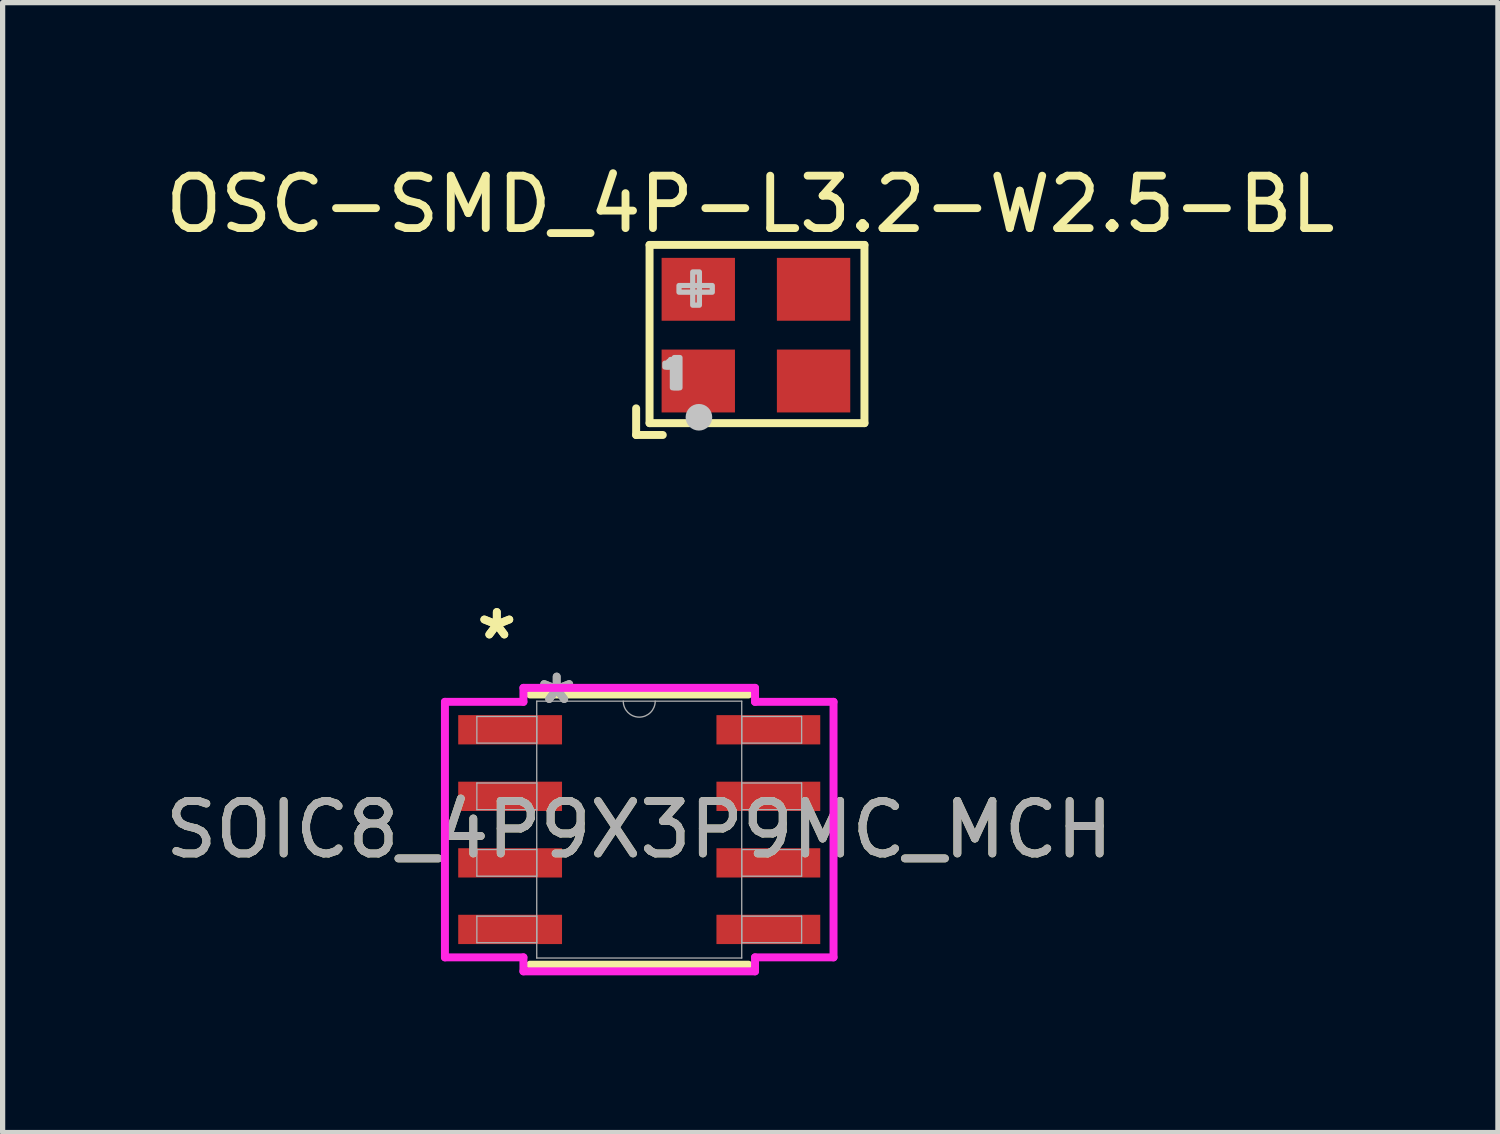
<source format=kicad_pcb>
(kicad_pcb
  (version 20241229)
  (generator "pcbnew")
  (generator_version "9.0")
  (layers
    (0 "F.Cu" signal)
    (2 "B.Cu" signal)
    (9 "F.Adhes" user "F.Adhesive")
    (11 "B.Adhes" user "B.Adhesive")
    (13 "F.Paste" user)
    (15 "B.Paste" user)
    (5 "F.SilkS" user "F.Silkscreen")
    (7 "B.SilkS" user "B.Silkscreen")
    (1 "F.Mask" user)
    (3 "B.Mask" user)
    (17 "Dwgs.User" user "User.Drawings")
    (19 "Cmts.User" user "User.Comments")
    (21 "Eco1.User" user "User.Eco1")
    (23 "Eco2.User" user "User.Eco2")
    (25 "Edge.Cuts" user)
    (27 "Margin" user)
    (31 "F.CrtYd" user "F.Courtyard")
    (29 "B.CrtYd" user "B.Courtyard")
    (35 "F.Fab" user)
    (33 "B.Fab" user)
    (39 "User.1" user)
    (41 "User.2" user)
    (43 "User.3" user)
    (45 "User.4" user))
  (footprint "SOIC8_4P9X3P9MC_MCH"
    (layer "F.Cu")
    (at 9.149 12.782)
    (property "Reference" "SOIC8_4P9X3P9MC_MCH" (at 0 0 0) (unlocked yes) (layer "F.SilkS") (effects (font (size 1 1) (thickness 0.15))))
    (attr smd)
    (fp_line (start -2.083 2.578) (end 2.083 2.578) (stroke (width 0.152) (type solid)) (layer "F.SilkS"))
    (fp_line (start 2.083 -2.578) (end -2.083 -2.578) (stroke (width 0.152) (type solid)) (layer "F.SilkS"))
    (fp_line (start -3.708 -2.438) (end -2.21 -2.438) (stroke (width 0.152) (type solid)) (layer "F.CrtYd"))
    (fp_line (start -3.708 2.438) (end -3.708 -2.438) (stroke (width 0.152) (type solid)) (layer "F.CrtYd"))
    (fp_line (start -3.708 2.438) (end -2.21 2.438) (stroke (width 0.152) (type solid)) (layer "F.CrtYd"))
    (fp_line (start -2.21 -2.705) (end 2.21 -2.705) (stroke (width 0.152) (type solid)) (layer "F.CrtYd"))
    (fp_line (start -2.21 -2.438) (end -2.21 -2.705) (stroke (width 0.152) (type solid)) (layer "F.CrtYd"))
    (fp_line (start -2.21 2.705) (end -2.21 2.438) (stroke (width 0.152) (type solid)) (layer "F.CrtYd"))
    (fp_line (start 2.21 -2.705) (end 2.21 -2.438) (stroke (width 0.152) (type solid)) (layer "F.CrtYd"))
    (fp_line (start 2.21 2.438) (end 2.21 2.705) (stroke (width 0.152) (type solid)) (layer "F.CrtYd"))
    (fp_line (start 2.21 2.705) (end -2.21 2.705) (stroke (width 0.152) (type solid)) (layer "F.CrtYd"))
    (fp_line (start 3.708 -2.438) (end 2.21 -2.438) (stroke (width 0.152) (type solid)) (layer "F.CrtYd"))
    (fp_line (start 3.708 -2.438) (end 3.708 2.438) (stroke (width 0.152) (type solid)) (layer "F.CrtYd"))
    (fp_line (start 3.708 2.438) (end 2.21 2.438) (stroke (width 0.152) (type solid)) (layer "F.CrtYd"))
    (fp_line (start -3.099 -2.159) (end -3.099 -1.651) (stroke (width 0.025) (type solid)) (layer "F.Fab"))
    (fp_line (start -3.099 -1.651) (end -1.956 -1.651) (stroke (width 0.025) (type solid)) (layer "F.Fab"))
    (fp_line (start -3.099 -0.889) (end -3.099 -0.381) (stroke (width 0.025) (type solid)) (layer "F.Fab"))
    (fp_line (start -3.099 -0.381) (end -1.956 -0.381) (stroke (width 0.025) (type solid)) (layer "F.Fab"))
    (fp_line (start -3.099 0.381) (end -3.099 0.889) (stroke (width 0.025) (type solid)) (layer "F.Fab"))
    (fp_line (start -3.099 0.889) (end -1.956 0.889) (stroke (width 0.025) (type solid)) (layer "F.Fab"))
    (fp_line (start -3.099 1.651) (end -3.099 2.159) (stroke (width 0.025) (type solid)) (layer "F.Fab"))
    (fp_line (start -3.099 2.159) (end -1.956 2.159) (stroke (width 0.025) (type solid)) (layer "F.Fab"))
    (fp_line (start -1.956 -2.451) (end -1.956 2.451) (stroke (width 0.025) (type solid)) (layer "F.Fab"))
    (fp_line (start -1.956 -2.159) (end -3.099 -2.159) (stroke (width 0.025) (type solid)) (layer "F.Fab"))
    (fp_line (start -1.956 -1.651) (end -1.956 -2.159) (stroke (width 0.025) (type solid)) (layer "F.Fab"))
    (fp_line (start -1.956 -0.889) (end -3.099 -0.889) (stroke (width 0.025) (type solid)) (layer "F.Fab"))
    (fp_line (start -1.956 -0.381) (end -1.956 -0.889) (stroke (width 0.025) (type solid)) (layer "F.Fab"))
    (fp_line (start -1.956 0.381) (end -3.099 0.381) (stroke (width 0.025) (type solid)) (layer "F.Fab"))
    (fp_line (start -1.956 0.889) (end -1.956 0.381) (stroke (width 0.025) (type solid)) (layer "F.Fab"))
    (fp_line (start -1.956 1.651) (end -3.099 1.651) (stroke (width 0.025) (type solid)) (layer "F.Fab"))
    (fp_line (start -1.956 2.159) (end -1.956 1.651) (stroke (width 0.025) (type solid)) (layer "F.Fab"))
    (fp_line (start -1.956 2.451) (end 1.956 2.451) (stroke (width 0.025) (type solid)) (layer "F.Fab"))
    (fp_line (start 1.956 -2.451) (end -1.956 -2.451) (stroke (width 0.025) (type solid)) (layer "F.Fab"))
    (fp_line (start 1.956 -2.159) (end 1.956 -1.651) (stroke (width 0.025) (type solid)) (layer "F.Fab"))
    (fp_line (start 1.956 -1.651) (end 3.099 -1.651) (stroke (width 0.025) (type solid)) (layer "F.Fab"))
    (fp_line (start 1.956 -0.889) (end 1.956 -0.381) (stroke (width 0.025) (type solid)) (layer "F.Fab"))
    (fp_line (start 1.956 -0.381) (end 3.099 -0.381) (stroke (width 0.025) (type solid)) (layer "F.Fab"))
    (fp_line (start 1.956 0.381) (end 1.956 0.889) (stroke (width 0.025) (type solid)) (layer "F.Fab"))
    (fp_line (start 1.956 0.889) (end 3.099 0.889) (stroke (width 0.025) (type solid)) (layer "F.Fab"))
    (fp_line (start 1.956 1.651) (end 1.956 2.159) (stroke (width 0.025) (type solid)) (layer "F.Fab"))
    (fp_line (start 1.956 2.159) (end 3.099 2.159) (stroke (width 0.025) (type solid)) (layer "F.Fab"))
    (fp_line (start 1.956 2.451) (end 1.956 -2.451) (stroke (width 0.025) (type solid)) (layer "F.Fab"))
    (fp_line (start 3.099 -2.159) (end 1.956 -2.159) (stroke (width 0.025) (type solid)) (layer "F.Fab"))
    (fp_line (start 3.099 -1.651) (end 3.099 -2.159) (stroke (width 0.025) (type solid)) (layer "F.Fab"))
    (fp_line (start 3.099 -0.889) (end 1.956 -0.889) (stroke (width 0.025) (type solid)) (layer "F.Fab"))
    (fp_line (start 3.099 -0.381) (end 3.099 -0.889) (stroke (width 0.025) (type solid)) (layer "F.Fab"))
    (fp_line (start 3.099 0.381) (end 1.956 0.381) (stroke (width 0.025) (type solid)) (layer "F.Fab"))
    (fp_line (start 3.099 0.889) (end 3.099 0.381) (stroke (width 0.025) (type solid)) (layer "F.Fab"))
    (fp_line (start 3.099 1.651) (end 1.956 1.651) (stroke (width 0.025) (type solid)) (layer "F.Fab"))
    (fp_line (start 3.099 2.159) (end 3.099 1.651) (stroke (width 0.025) (type solid)) (layer "F.Fab"))
    (fp_arc (start 0.3048 -2.4511) (mid 0 -2.1463) (end -0.3048 -2.4511) (stroke (width 0.0254) (type solid)) (layer "F.Fab"))
    (fp_text user "*" (at -2.718 -3.607 0) (layer "F.SilkS") (effects (font (size 1 1) (thickness 0.15))))
    (fp_text user "*" (at -2.718 -3.607 0) (unlocked yes) (layer "F.SilkS") (effects (font (size 1 1) (thickness 0.15))))
    (fp_text user "*" (at -1.575 -2.375 0) (unlocked yes) (layer "F.Fab") (effects (font (size 1 1) (thickness 0.15))))
    (fp_text user "${REFERENCE}" (at 0 0 0) (unlocked yes) (layer "F.Fab") (effects (font (size 1 1) (thickness 0.15))))
    (fp_text user "*" (at -1.575 -2.375 0) (layer "F.Fab") (effects (font (size 1 1) (thickness 0.15))))
    (pad "1" smd rect (at -2.464 -1.905) (size 1.981 0.559) (layers "F.Cu" "F.Mask" "F.Paste"))
    (pad "2" smd rect (at -2.464 -0.635) (size 1.981 0.559) (layers "F.Cu" "F.Mask" "F.Paste"))
    (pad "3" smd rect (at -2.464 0.635) (size 1.981 0.559) (layers "F.Cu" "F.Mask" "F.Paste"))
    (pad "4" smd rect (at -2.464 1.905) (size 1.981 0.559) (layers "F.Cu" "F.Mask" "F.Paste"))
    (pad "5" smd rect (at 2.464 1.905) (size 1.981 0.559) (layers "F.Cu" "F.Mask" "F.Paste"))
    (pad "6" smd rect (at 2.464 0.635) (size 1.981 0.559) (layers "F.Cu" "F.Mask" "F.Paste"))
    (pad "7" smd rect (at 2.464 -0.635) (size 1.981 0.559) (layers "F.Cu" "F.Mask" "F.Paste"))
    (pad "8" smd rect (at 2.464 -1.905) (size 1.981 0.559) (layers "F.Cu" "F.Mask" "F.Paste")))
  (footprint "OSC-SMD_4P-L3.2-W2.5-BL"
    (layer "F.Cu")
    (at 11.376 3.346)
    (property "Reference" "OSC-SMD_4P-L3.2-W2.5-BL" (at -0.108 -2.498 0) (layer "F.SilkS") (effects (font (size 1 1) (thickness 0.15))))
    (fp_line (start -2.286 1.397) (end -2.286 1.905) (stroke (width 0.152) (type default)) (layer "F.SilkS"))
    (fp_line (start -2.286 1.905) (end -1.778 1.905) (stroke (width 0.152) (type default)) (layer "F.SilkS"))
    (fp_line (start -2.03 -1.722) (end -2.03 1.679) (stroke (width 0.152) (type default)) (layer "F.SilkS"))
    (fp_line (start -2.03 1.679) (end 2.071 1.679) (stroke (width 0.152) (type default)) (layer "F.SilkS"))
    (fp_line (start 2.071 -1.722) (end -2.03 -1.722) (stroke (width 0.152) (type default)) (layer "F.SilkS"))
    (fp_line (start 2.071 1.679) (end 2.071 -1.722) (stroke (width 0.152) (type default)) (layer "F.SilkS"))
    (fp_circle (center -1.088 1.567) (end -0.961 1.567) (stroke (width 0.254) (type default)) (fill no) (layer "Dwgs.User"))
    (fp_poly (pts (xy -1.738 0.536) (xy -1.702 0.536) (xy -1.702 0.608) (xy -1.738 0.608)) (stroke (width 0.1) (type default)) (fill no) (layer "Dwgs.User"))
    (fp_poly (pts (xy -1.702 0.536) (xy -1.666 0.536) (xy -1.666 0.608) (xy -1.702 0.608)) (stroke (width 0.1) (type default)) (fill no) (layer "Dwgs.User"))
    (fp_poly (pts (xy -1.666 0.5) (xy -1.63 0.5) (xy -1.63 0.608) (xy -1.666 0.608)) (stroke (width 0.1) (type default)) (fill no) (layer "Dwgs.User"))
    (fp_poly (pts (xy -1.63 0.464) (xy -1.594 0.464) (xy -1.594 0.572) (xy -1.63 0.572)) (stroke (width 0.1) (type default)) (fill no) (layer "Dwgs.User"))
    (fp_poly (pts (xy -1.594 0.464) (xy -1.558 0.464) (xy -1.558 1.004) (xy -1.594 1.004)) (stroke (width 0.1) (type default)) (fill no) (layer "Dwgs.User"))
    (fp_poly (pts (xy -1.558 0.428) (xy -1.522 0.428) (xy -1.522 1.004) (xy -1.558 1.004)) (stroke (width 0.1) (type default)) (fill no) (layer "Dwgs.User"))
    (fp_poly (pts (xy -1.522 0.428) (xy -1.486 0.428) (xy -1.486 1.004) (xy -1.522 1.004)) (stroke (width 0.1) (type default)) (fill no) (layer "Dwgs.User"))
    (fp_poly (pts (xy -1.486 0.428) (xy -1.45 0.428) (xy -1.45 1.004) (xy -1.486 1.004)) (stroke (width 0.1) (type default)) (fill no) (layer "Dwgs.User"))
    (fp_poly (pts (xy -1.468 -0.82) (xy -0.833 -0.82) (xy -0.833 -0.947) (xy -1.468 -0.947)) (stroke (width 0.1) (type default)) (fill no) (layer "Dwgs.User"))
    (fp_poly (pts (xy -1.206 -1.206) (xy -1.206 -0.572) (xy -1.079 -0.572) (xy -1.079 -1.206)) (stroke (width 0.1) (type default)) (fill no) (layer "Dwgs.User"))
    (fp_poly (pts (xy -1.5 -1.249) (xy -0.6 -1.249) (xy -0.6 -0.449) (xy -1.5 -0.449)) (stroke (width 0.1) (type default)) (fill no) (layer "User.1"))
    (fp_poly (pts (xy -1.5 0.449) (xy -0.6 0.449) (xy -0.6 1.249) (xy -1.5 1.249)) (stroke (width 0.1) (type default)) (fill no) (layer "User.1"))
    (fp_poly (pts (xy 0.6 -1.249) (xy 1.5 -1.249) (xy 1.5 -0.449) (xy 0.6 -0.449)) (stroke (width 0.1) (type default)) (fill no) (layer "User.1"))
    (fp_poly (pts (xy 0.6 0.449) (xy 1.5 0.449) (xy 1.5 1.249) (xy 0.6 1.249)) (stroke (width 0.1) (type default)) (fill no) (layer "User.1"))
    (fp_line (start -1.6 -1.25) (end 1.6 -1.25) (stroke (width 0.051) (type default)) (layer "User.2"))
    (fp_line (start -1.6 1.25) (end -1.6 -1.25) (stroke (width 0.051) (type default)) (layer "User.2"))
    (fp_line (start 1.6 -1.25) (end 1.6 1.25) (stroke (width 0.051) (type default)) (layer "User.2"))
    (fp_line (start 1.6 1.25) (end -1.6 1.25) (stroke (width 0.051) (type default)) (layer "User.2"))
    (fp_poly (pts (xy -1.545 1.227) (xy -1.577 1.195) (xy -1.623 1.195) (xy -1.655 1.227) (xy -1.655 1.273) (xy -1.623 1.305) (xy -1.577 1.305) (xy -1.545 1.273)) (stroke (width 0.1) (type default)) (fill no) (layer "User.3"))
    (pad "1" smd rect (at -1.1 0.875) (size 1.4 1.2) (layers "F.Cu" "F.Mask" "F.Paste"))
    (pad "2" smd rect (at 1.1 0.875) (size 1.4 1.2) (layers "F.Cu" "F.Mask" "F.Paste"))
    (pad "3" smd rect (at 1.1 -0.875) (size 1.4 1.2) (layers "F.Cu" "F.Mask" "F.Paste"))
    (pad "4" smd rect (at -1.1 -0.875) (size 1.4 1.2) (layers "F.Cu" "F.Mask" "F.Paste")))
  (gr_rect
    (start -3 -3)
    (end 25.536 18.563)
    (stroke (width 0.1) (type default))
    (fill no)
    (layer "Edge.Cuts")))
</source>
